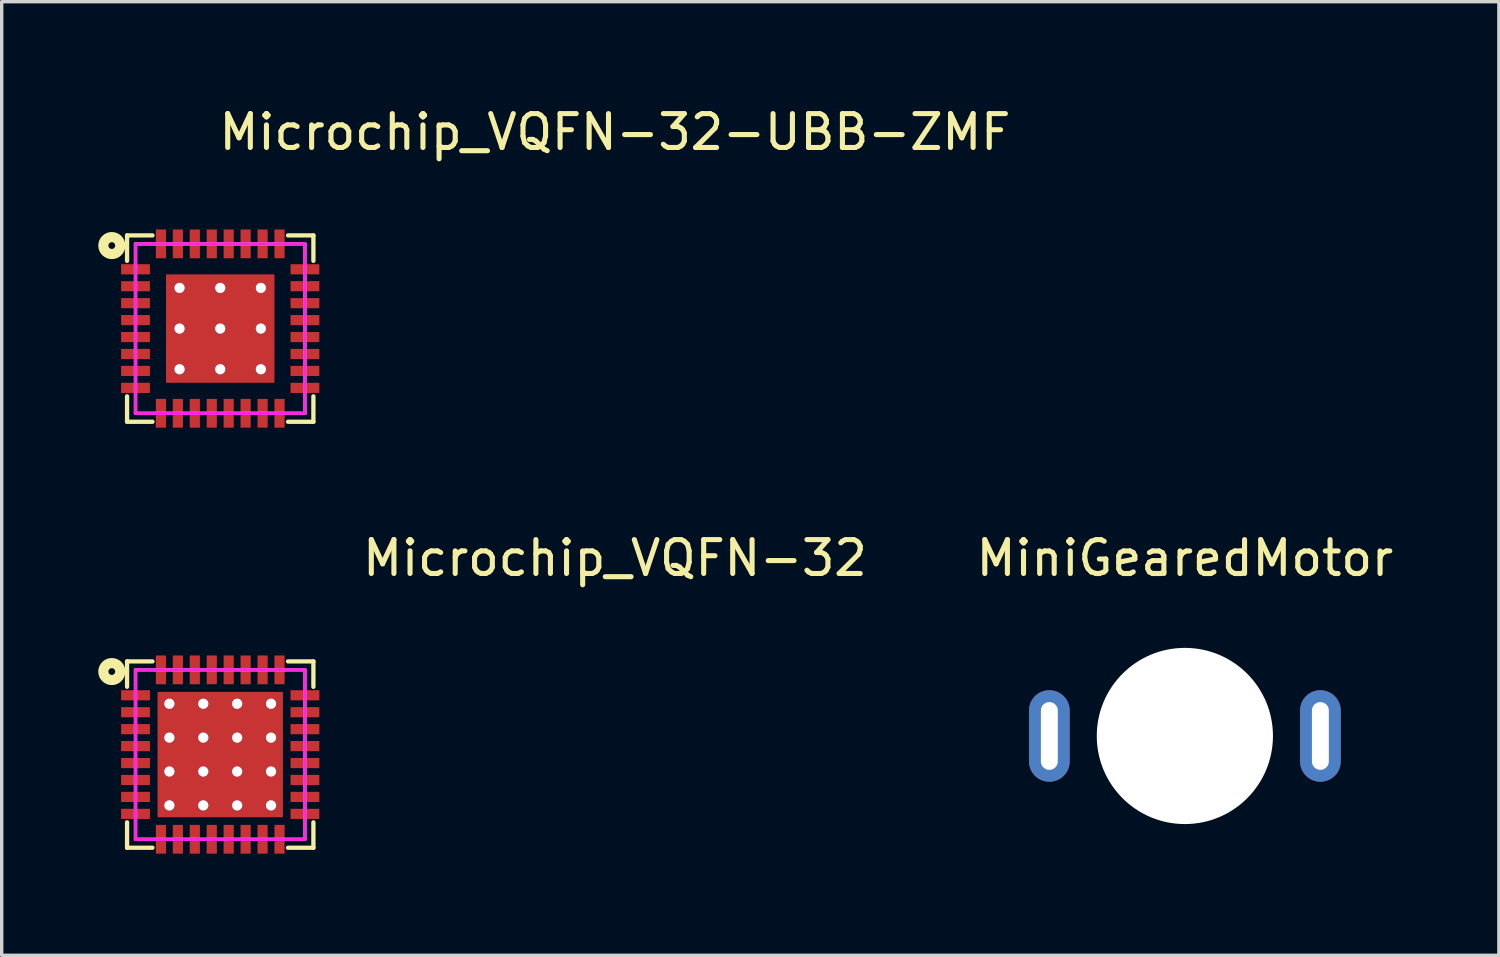
<source format=kicad_pcb>
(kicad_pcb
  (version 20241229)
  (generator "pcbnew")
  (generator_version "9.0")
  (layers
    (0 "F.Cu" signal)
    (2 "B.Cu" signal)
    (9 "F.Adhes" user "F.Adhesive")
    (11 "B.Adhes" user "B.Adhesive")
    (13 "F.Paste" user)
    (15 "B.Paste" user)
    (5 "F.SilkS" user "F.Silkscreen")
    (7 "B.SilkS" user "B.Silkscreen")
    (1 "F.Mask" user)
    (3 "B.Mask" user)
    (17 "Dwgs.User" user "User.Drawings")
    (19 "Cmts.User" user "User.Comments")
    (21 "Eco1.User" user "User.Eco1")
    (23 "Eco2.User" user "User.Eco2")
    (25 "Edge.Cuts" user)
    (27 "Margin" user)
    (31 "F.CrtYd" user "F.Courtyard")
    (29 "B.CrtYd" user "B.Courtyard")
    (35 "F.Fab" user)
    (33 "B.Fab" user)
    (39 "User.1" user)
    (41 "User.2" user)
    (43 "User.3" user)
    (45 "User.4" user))
  (footprint "Microchip_VQFN-32"
    (layer "F.Cu")
    (at 3.45 19.221)
    (property "Reference" "Microchip_VQFN-32" (at 11.65 -5.8 0) (layer "F.SilkS") (effects (font (size 1 1) (thickness 0.15))))
    (attr through_hole)
    (fp_line (start -2.75 -2.75) (end -2 -2.75) (stroke (width 0.127) (type solid)) (layer "F.SilkS"))
    (fp_line (start -2.75 -2) (end -2.75 -2.75) (stroke (width 0.127) (type solid)) (layer "F.SilkS"))
    (fp_line (start -2.75 2) (end -2.75 2.75) (stroke (width 0.127) (type solid)) (layer "F.SilkS"))
    (fp_line (start -2.75 2.75) (end -2 2.75) (stroke (width 0.127) (type solid)) (layer "F.SilkS"))
    (fp_line (start 2 -2.75) (end 2.75 -2.75) (stroke (width 0.127) (type solid)) (layer "F.SilkS"))
    (fp_line (start 2 2.75) (end 2.75 2.75) (stroke (width 0.127) (type solid)) (layer "F.SilkS"))
    (fp_line (start 2.75 -2.75) (end 2.75 -2) (stroke (width 0.127) (type solid)) (layer "F.SilkS"))
    (fp_line (start 2.75 2.75) (end 2.75 2) (stroke (width 0.127) (type solid)) (layer "F.SilkS"))
    (fp_circle (center -3.2 -2.45) (end -3.2 -2.35) (stroke (width 0.3) (type solid)) (fill no) (layer "F.SilkS"))
    (fp_line (start -2.5 -2.5) (end 2.5 -2.5) (stroke (width 0.1) (type solid)) (layer "F.CrtYd"))
    (fp_line (start -2.5 2.5) (end -2.5 -2.5) (stroke (width 0.1) (type solid)) (layer "F.CrtYd"))
    (fp_line (start 2.5 -2.5) (end 2.5 2.5) (stroke (width 0.1) (type solid)) (layer "F.CrtYd"))
    (fp_line (start 2.5 2.5) (end -2.5 2.5) (stroke (width 0.1) (type solid)) (layer "F.CrtYd"))
    (fp_line (start -2.5 -2.5) (end 2.5 -2.5) (stroke (width 0.1) (type solid)) (layer "F.Fab"))
    (fp_line (start -2.5 2.5) (end -2.5 -2.5) (stroke (width 0.1) (type solid)) (layer "F.Fab"))
    (fp_line (start 2.5 -2.5) (end 2.5 2.5) (stroke (width 0.1) (type solid)) (layer "F.Fab"))
    (fp_line (start 2.5 2.5) (end -2.5 2.5) (stroke (width 0.1) (type solid)) (layer "F.Fab"))
    (pad "1" smd rect (at -2.5 -1.75) (size 0.85 0.3) (layers "F.Cu" "F.Mask" "F.Paste"))
    (pad "2" smd rect (at -2.5 -1.25) (size 0.85 0.3) (layers "F.Cu" "F.Mask" "F.Paste"))
    (pad "3" smd rect (at -2.5 -0.75) (size 0.85 0.3) (layers "F.Cu" "F.Mask" "F.Paste"))
    (pad "4" smd rect (at -2.5 -0.25) (size 0.85 0.3) (layers "F.Cu" "F.Mask" "F.Paste"))
    (pad "5" smd rect (at -2.5 0.25) (size 0.85 0.3) (layers "F.Cu" "F.Mask" "F.Paste"))
    (pad "6" smd rect (at -2.5 0.75) (size 0.85 0.3) (layers "F.Cu" "F.Mask" "F.Paste"))
    (pad "7" smd rect (at -2.5 1.25) (size 0.85 0.3) (layers "F.Cu" "F.Mask" "F.Paste"))
    (pad "8" smd rect (at -2.5 1.75) (size 0.85 0.3) (layers "F.Cu" "F.Mask" "F.Paste"))
    (pad "9" smd rect (at -1.75 2.5) (size 0.3 0.85) (layers "F.Cu" "F.Mask" "F.Paste"))
    (pad "10" smd rect (at -1.25 2.5) (size 0.3 0.85) (layers "F.Cu" "F.Mask" "F.Paste"))
    (pad "11" smd rect (at -0.75 2.5) (size 0.3 0.85) (layers "F.Cu" "F.Mask" "F.Paste"))
    (pad "12" smd rect (at -0.25 2.5) (size 0.3 0.85) (layers "F.Cu" "F.Mask" "F.Paste"))
    (pad "13" smd rect (at 0.25 2.5) (size 0.3 0.85) (layers "F.Cu" "F.Mask" "F.Paste"))
    (pad "14" smd rect (at 0.75 2.5) (size 0.3 0.85) (layers "F.Cu" "F.Mask" "F.Paste"))
    (pad "15" smd rect (at 1.25 2.5) (size 0.3 0.85) (layers "F.Cu" "F.Mask" "F.Paste"))
    (pad "16" smd rect (at 1.75 2.5) (size 0.3 0.85) (layers "F.Cu" "F.Mask" "F.Paste"))
    (pad "17" smd rect (at 2.5 1.75) (size 0.85 0.3) (layers "F.Cu" "F.Mask" "F.Paste"))
    (pad "18" smd rect (at 2.5 1.25) (size 0.85 0.3) (layers "F.Cu" "F.Mask" "F.Paste"))
    (pad "19" smd rect (at 2.5 0.75) (size 0.85 0.3) (layers "F.Cu" "F.Mask" "F.Paste"))
    (pad "20" smd rect (at 2.5 0.25) (size 0.85 0.3) (layers "F.Cu" "F.Mask" "F.Paste"))
    (pad "21" smd rect (at 2.5 -0.25) (size 0.85 0.3) (layers "F.Cu" "F.Mask" "F.Paste"))
    (pad "22" smd rect (at 2.5 -0.75) (size 0.85 0.3) (layers "F.Cu" "F.Mask" "F.Paste"))
    (pad "23" smd rect (at 2.5 -1.25) (size 0.85 0.3) (layers "F.Cu" "F.Mask" "F.Paste"))
    (pad "24" smd rect (at 2.5 -1.75) (size 0.85 0.3) (layers "F.Cu" "F.Mask" "F.Paste"))
    (pad "25" smd rect (at 1.75 -2.5) (size 0.3 0.85) (layers "F.Cu" "F.Mask" "F.Paste"))
    (pad "26" smd rect (at 1.25 -2.5) (size 0.3 0.85) (layers "F.Cu" "F.Mask" "F.Paste"))
    (pad "27" smd rect (at 0.75 -2.5) (size 0.3 0.85) (layers "F.Cu" "F.Mask" "F.Paste"))
    (pad "28" smd rect (at 0.25 -2.5) (size 0.3 0.85) (layers "F.Cu" "F.Mask" "F.Paste"))
    (pad "29" smd rect (at -0.25 -2.5) (size 0.3 0.85) (layers "F.Cu" "F.Mask" "F.Paste"))
    (pad "30" smd rect (at -0.75 -2.5) (size 0.3 0.85) (layers "F.Cu" "F.Mask" "F.Paste"))
    (pad "31" smd rect (at -1.25 -2.5) (size 0.3 0.85) (layers "F.Cu" "F.Mask" "F.Paste"))
    (pad "32" smd rect (at -1.75 -2.5) (size 0.3 0.85) (layers "F.Cu" "F.Mask" "F.Paste"))
    (pad "TP" thru_hole circle (at -1.5 -1.5) (size 0.3 0.3) (drill 0.3) (layers "*.Cu" "*.Mask"))
    (pad "TP" thru_hole circle (at -1.5 -0.5) (size 0.3 0.3) (drill 0.3) (layers "*.Cu" "*.Mask"))
    (pad "TP" thru_hole circle (at -1.5 0.5) (size 0.3 0.3) (drill 0.3) (layers "*.Cu" "*.Mask"))
    (pad "TP" thru_hole circle (at -1.5 1.5) (size 0.3 0.3) (drill 0.3) (layers "*.Cu" "*.Mask"))
    (pad "TP" thru_hole circle (at -0.5 -1.5) (size 0.3 0.3) (drill 0.3) (layers "*.Cu" "*.Mask"))
    (pad "TP" thru_hole circle (at -0.5 -0.5) (size 0.3 0.3) (drill 0.3) (layers "*.Cu" "*.Mask"))
    (pad "TP" thru_hole circle (at -0.5 0.5) (size 0.3 0.3) (drill 0.3) (layers "*.Cu" "*.Mask"))
    (pad "TP" thru_hole circle (at -0.5 1.5) (size 0.3 0.3) (drill 0.3) (layers "*.Cu" "*.Mask"))
    (pad "TP" smd rect (at 0 0) (size 3.7 3.7) (layers "F.Cu" "F.Mask" "F.Paste"))
    (pad "TP" thru_hole circle (at 0.5 -1.5) (size 0.3 0.3) (drill 0.3) (layers "*.Cu" "*.Mask"))
    (pad "TP" thru_hole circle (at 0.5 -0.5) (size 0.3 0.3) (drill 0.3) (layers "*.Cu" "*.Mask"))
    (pad "TP" thru_hole circle (at 0.5 0.5) (size 0.3 0.3) (drill 0.3) (layers "*.Cu" "*.Mask"))
    (pad "TP" thru_hole circle (at 0.5 1.5) (size 0.3 0.3) (drill 0.3) (layers "*.Cu" "*.Mask"))
    (pad "TP" thru_hole circle (at 1.5 -1.5) (size 0.3 0.3) (drill 0.3) (layers "*.Cu" "*.Mask"))
    (pad "TP" thru_hole circle (at 1.5 -0.5) (size 0.3 0.3) (drill 0.3) (layers "*.Cu" "*.Mask"))
    (pad "TP" thru_hole circle (at 1.5 0.5) (size 0.3 0.3) (drill 0.3) (layers "*.Cu" "*.Mask"))
    (pad "TP" thru_hole circle (at 1.5 1.5) (size 0.3 0.3) (drill 0.3) (layers "*.Cu" "*.Mask")))
  (footprint "Microchip_VQFN-32-UBB-ZMF"
    (layer "F.Cu")
    (at 3.45 6.648)
    (property "Reference" "Microchip_VQFN-32-UBB-ZMF" (at 11.65 -5.8 0) (layer "F.SilkS") (effects (font (size 1 1) (thickness 0.15))))
    (attr through_hole)
    (fp_line (start -2.75 -2.75) (end -2 -2.75) (stroke (width 0.127) (type solid)) (layer "F.SilkS"))
    (fp_line (start -2.75 -2) (end -2.75 -2.75) (stroke (width 0.127) (type solid)) (layer "F.SilkS"))
    (fp_line (start -2.75 2) (end -2.75 2.75) (stroke (width 0.127) (type solid)) (layer "F.SilkS"))
    (fp_line (start -2.75 2.75) (end -2 2.75) (stroke (width 0.127) (type solid)) (layer "F.SilkS"))
    (fp_line (start 2 -2.75) (end 2.75 -2.75) (stroke (width 0.127) (type solid)) (layer "F.SilkS"))
    (fp_line (start 2 2.75) (end 2.75 2.75) (stroke (width 0.127) (type solid)) (layer "F.SilkS"))
    (fp_line (start 2.75 -2.75) (end 2.75 -2) (stroke (width 0.127) (type solid)) (layer "F.SilkS"))
    (fp_line (start 2.75 2.75) (end 2.75 2) (stroke (width 0.127) (type solid)) (layer "F.SilkS"))
    (fp_circle (center -3.2 -2.45) (end -3.2 -2.35) (stroke (width 0.3) (type solid)) (fill no) (layer "F.SilkS"))
    (fp_line (start -2.5 -2.5) (end 2.5 -2.5) (stroke (width 0.1) (type solid)) (layer "F.CrtYd"))
    (fp_line (start -2.5 2.5) (end -2.5 -2.5) (stroke (width 0.1) (type solid)) (layer "F.CrtYd"))
    (fp_line (start 2.5 -2.5) (end 2.5 2.5) (stroke (width 0.1) (type solid)) (layer "F.CrtYd"))
    (fp_line (start 2.5 2.5) (end -2.5 2.5) (stroke (width 0.1) (type solid)) (layer "F.CrtYd"))
    (fp_line (start -2.5 -2.5) (end 2.5 -2.5) (stroke (width 0.1) (type solid)) (layer "F.Fab"))
    (fp_line (start -2.5 2.5) (end -2.5 -2.5) (stroke (width 0.1) (type solid)) (layer "F.Fab"))
    (fp_line (start 2.5 -2.5) (end 2.5 2.5) (stroke (width 0.1) (type solid)) (layer "F.Fab"))
    (fp_line (start 2.5 2.5) (end -2.5 2.5) (stroke (width 0.1) (type solid)) (layer "F.Fab"))
    (pad "1" smd rect (at -2.5 -1.75) (size 0.85 0.3) (layers "F.Cu" "F.Mask" "F.Paste"))
    (pad "2" smd rect (at -2.5 -1.25) (size 0.85 0.3) (layers "F.Cu" "F.Mask" "F.Paste"))
    (pad "3" smd rect (at -2.5 -0.75) (size 0.85 0.3) (layers "F.Cu" "F.Mask" "F.Paste"))
    (pad "4" smd rect (at -2.5 -0.25) (size 0.85 0.3) (layers "F.Cu" "F.Mask" "F.Paste"))
    (pad "5" smd rect (at -2.5 0.25) (size 0.85 0.3) (layers "F.Cu" "F.Mask" "F.Paste"))
    (pad "6" smd rect (at -2.5 0.75) (size 0.85 0.3) (layers "F.Cu" "F.Mask" "F.Paste"))
    (pad "7" smd rect (at -2.5 1.25) (size 0.85 0.3) (layers "F.Cu" "F.Mask" "F.Paste"))
    (pad "8" smd rect (at -2.5 1.75) (size 0.85 0.3) (layers "F.Cu" "F.Mask" "F.Paste"))
    (pad "9" smd rect (at -1.75 2.5) (size 0.3 0.85) (layers "F.Cu" "F.Mask" "F.Paste"))
    (pad "10" smd rect (at -1.25 2.5) (size 0.3 0.85) (layers "F.Cu" "F.Mask" "F.Paste"))
    (pad "11" smd rect (at -0.75 2.5) (size 0.3 0.85) (layers "F.Cu" "F.Mask" "F.Paste"))
    (pad "12" smd rect (at -0.25 2.5) (size 0.3 0.85) (layers "F.Cu" "F.Mask" "F.Paste"))
    (pad "13" smd rect (at 0.25 2.5) (size 0.3 0.85) (layers "F.Cu" "F.Mask" "F.Paste"))
    (pad "14" smd rect (at 0.75 2.5) (size 0.3 0.85) (layers "F.Cu" "F.Mask" "F.Paste"))
    (pad "15" smd rect (at 1.25 2.5) (size 0.3 0.85) (layers "F.Cu" "F.Mask" "F.Paste"))
    (pad "16" smd rect (at 1.75 2.5) (size 0.3 0.85) (layers "F.Cu" "F.Mask" "F.Paste"))
    (pad "17" smd rect (at 2.5 1.75) (size 0.85 0.3) (layers "F.Cu" "F.Mask" "F.Paste"))
    (pad "18" smd rect (at 2.5 1.25) (size 0.85 0.3) (layers "F.Cu" "F.Mask" "F.Paste"))
    (pad "19" smd rect (at 2.5 0.75) (size 0.85 0.3) (layers "F.Cu" "F.Mask" "F.Paste"))
    (pad "20" smd rect (at 2.5 0.25) (size 0.85 0.3) (layers "F.Cu" "F.Mask" "F.Paste"))
    (pad "21" smd rect (at 2.5 -0.25) (size 0.85 0.3) (layers "F.Cu" "F.Mask" "F.Paste"))
    (pad "22" smd rect (at 2.5 -0.75) (size 0.85 0.3) (layers "F.Cu" "F.Mask" "F.Paste"))
    (pad "23" smd rect (at 2.5 -1.25) (size 0.85 0.3) (layers "F.Cu" "F.Mask" "F.Paste"))
    (pad "24" smd rect (at 2.5 -1.75) (size 0.85 0.3) (layers "F.Cu" "F.Mask" "F.Paste"))
    (pad "25" smd rect (at 1.75 -2.5) (size 0.3 0.85) (layers "F.Cu" "F.Mask" "F.Paste"))
    (pad "26" smd rect (at 1.25 -2.5) (size 0.3 0.85) (layers "F.Cu" "F.Mask" "F.Paste"))
    (pad "27" smd rect (at 0.75 -2.5) (size 0.3 0.85) (layers "F.Cu" "F.Mask" "F.Paste"))
    (pad "28" smd rect (at 0.25 -2.5) (size 0.3 0.85) (layers "F.Cu" "F.Mask" "F.Paste"))
    (pad "29" smd rect (at -0.25 -2.5) (size 0.3 0.85) (layers "F.Cu" "F.Mask" "F.Paste"))
    (pad "30" smd rect (at -0.75 -2.5) (size 0.3 0.85) (layers "F.Cu" "F.Mask" "F.Paste"))
    (pad "31" smd rect (at -1.25 -2.5) (size 0.3 0.85) (layers "F.Cu" "F.Mask" "F.Paste"))
    (pad "32" smd rect (at -1.75 -2.5) (size 0.3 0.85) (layers "F.Cu" "F.Mask" "F.Paste"))
    (pad "TP" thru_hole circle (at -1.2 -1.2) (size 0.3 0.3) (drill 0.3) (layers "*.Cu" "*.Mask"))
    (pad "TP" thru_hole circle (at -1.2 0) (size 0.3 0.3) (drill 0.3) (layers "*.Cu" "*.Mask"))
    (pad "TP" thru_hole circle (at -1.2 1.2) (size 0.3 0.3) (drill 0.3) (layers "*.Cu" "*.Mask"))
    (pad "TP" thru_hole circle (at 0 -1.2) (size 0.3 0.3) (drill 0.3) (layers "*.Cu" "*.Mask"))
    (pad "TP" thru_hole circle (at 0 0) (size 0.3 0.3) (drill 0.3) (layers "*.Cu" "*.Mask"))
    (pad "TP" smd rect (at 0 0) (size 3.2 3.2) (layers "F.Cu" "F.Mask" "F.Paste"))
    (pad "TP" thru_hole circle (at 0 1.2) (size 0.3 0.3) (drill 0.3) (layers "*.Cu" "*.Mask"))
    (pad "TP" thru_hole circle (at 1.2 -1.2) (size 0.3 0.3) (drill 0.3) (layers "*.Cu" "*.Mask"))
    (pad "TP" thru_hole circle (at 1.2 0) (size 0.3 0.3) (drill 0.3) (layers "*.Cu" "*.Mask"))
    (pad "TP" thru_hole circle (at 1.2 1.2) (size 0.3 0.3) (drill 0.3) (layers "*.Cu" "*.Mask")))
  (footprint "MiniGearedMotor"
    (layer "F.Cu")
    (at 31.921 18.672)
    (property "Reference" "MiniGearedMotor" (at 0 -5.25 0) (layer "F.SilkS") (effects (font (size 1 1) (thickness 0.15))))
    (attr through_hole)
    (pad "" np_thru_hole circle (at 0 0) (size 5.2 5.2) (drill 5.2) (layers "*.Cu" "*.Mask"))
    (pad "1" thru_hole oval (at -4 0) (size 1.2 2.7) (drill oval 0.5 2) (layers "*.Cu" "*.Mask"))
    (pad "2" thru_hole oval (at 4 0) (size 1.2 2.7) (drill oval 0.5 2) (layers "*.Cu" "*.Mask")))
  (gr_rect
    (start -3 -3)
    (end 41.189 25.146)
    (stroke (width 0.1) (type default))
    (fill no)
    (layer "Edge.Cuts")))
</source>
